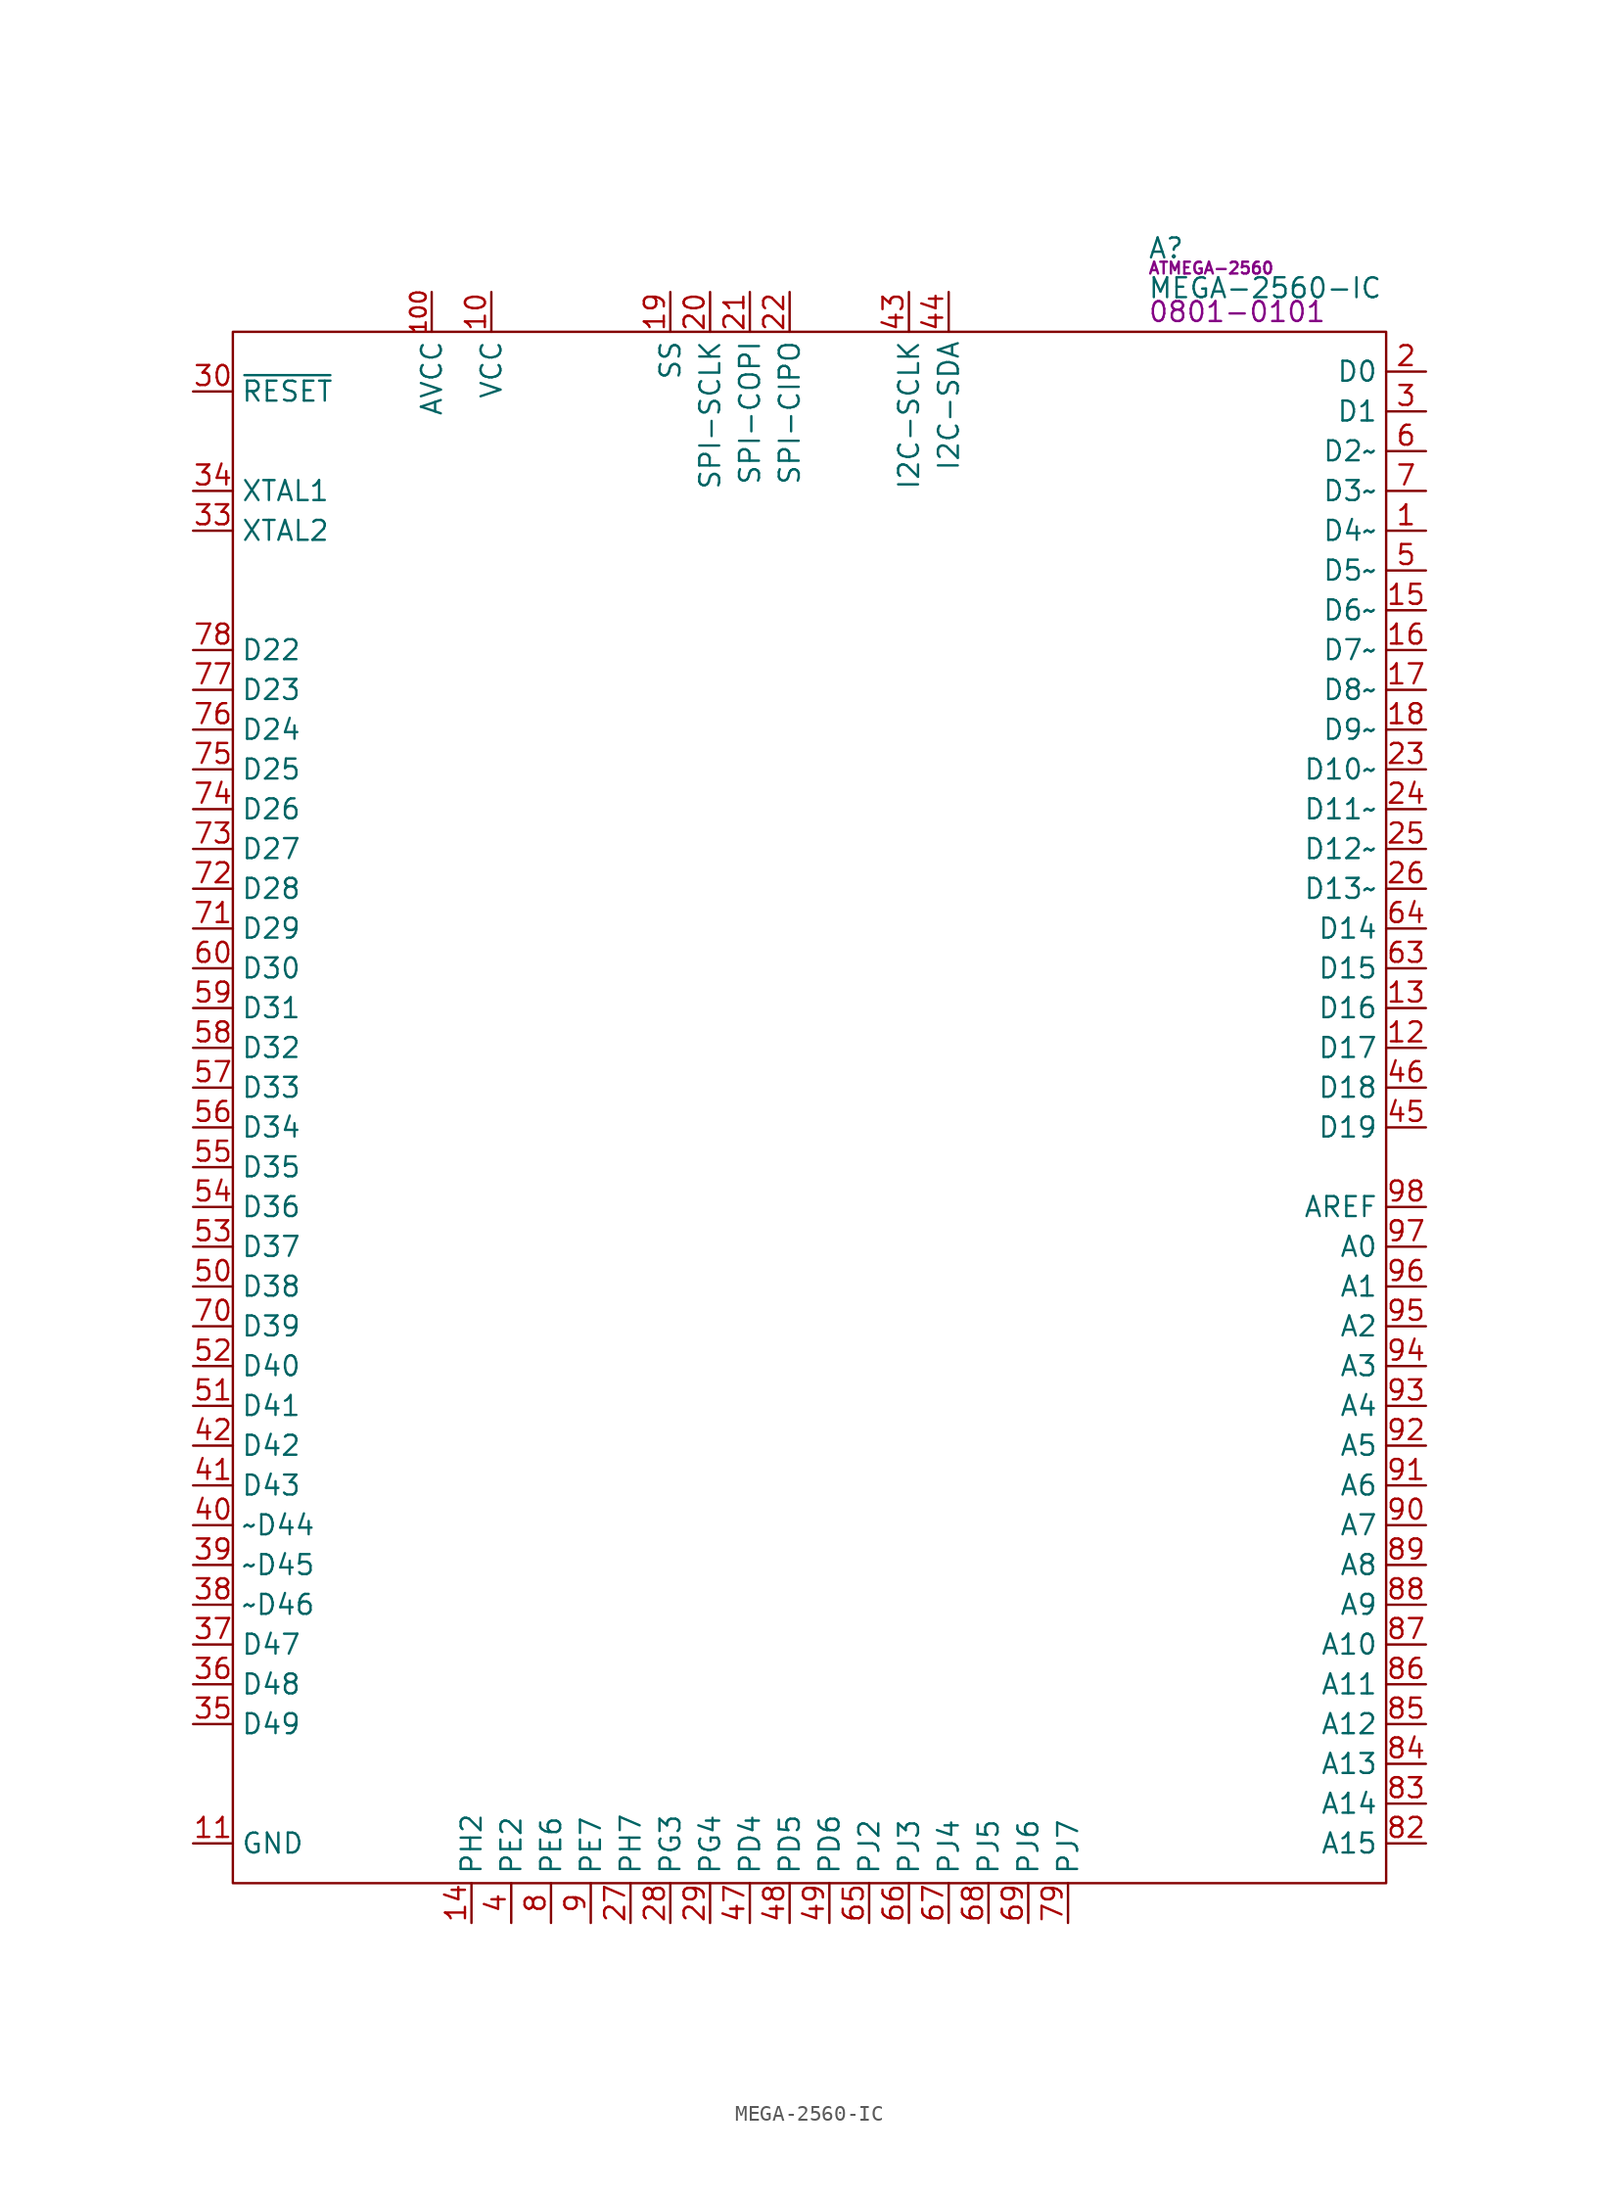
<source format=kicad_sym>
(kicad_symbol_lib
  (version 20220914)
  (generator kicad_symbol_editor)
  (symbol "MEGA-2560-IC"
    (property "Reference" "A"
      (at 58.42 5.334 0)
      (effects (font (size 1.27 1.27)) (justify left)))
    (property "Value" "MEGA-2560-IC"
      (at 58.42 2.794 0)
      (effects (font (size 1.27 1.27)) (justify left)))
    (property "IC" "ATMEGA-2560"
      (at 58.42 4.064 0)
      (effects (font (size 0.75 0.75)) (justify left)))
    (property "PartNumber" "0801-0101"
      (at 58.42 1.27 0)
      (effects (font (size 1.27 1.27)) (justify left)))
    (symbol "MEGA-2560-IC_0_0"
      (pin bidirectional line (at 76.2 -12.7 180) (length 2.54) (name "D4~" (effects (font (size 1.27 1.27)))) (number "1" (effects (font (size 1.27 1.27)))) (alternate "OC0B" bidirectional line) (alternate "PG5" bidirectional line))
      (pin power_in line (at 16.51 2.54 270) (length 2.54) (name "VCC" (effects (font (size 1.27 1.27)))) (number "10" (effects (font (size 1.27 1.27)))))
      (pin power_in line (at 12.7 2.54 270) (length 2.54) (name "AVCC" (effects (font (size 1.27 1.27)))) (number "100" (effects (font (size 1 1)))))
      (pin power_in line (at -2.54 -96.52 0) (length 2.54) (name "GND" (effects (font (size 1.27 1.27)))) (number "11" (effects (font (size 1.27 1.27)))))
      (pin bidirectional line (at 76.2 -45.72 180) (length 2.54) (name "D17" (effects (font (size 1.27 1.27)))) (number "12" (effects (font (size 1.27 1.27)))) (alternate "PH0" bidirectional line) (alternate "RXD2" bidirectional line))
      (pin bidirectional line (at 76.2 -43.18 180) (length 2.54) (name "D16" (effects (font (size 1.27 1.27)))) (number "13" (effects (font (size 1.27 1.27)))) (alternate "PH1" bidirectional line) (alternate "TXD2" bidirectional line))
      (pin bidirectional line (at 15.24 -101.6 90) (length 2.54) (name "PH2" (effects (font (size 1.27 1.27)))) (number "14" (effects (font (size 1.27 1.27)))) (alternate "NC" no_connect line) (alternate "XCK2" bidirectional line))
      (pin bidirectional line (at 76.2 -17.78 180) (length 2.54) (name "D6~" (effects (font (size 1.27 1.27)))) (number "15" (effects (font (size 1.27 1.27)))) (alternate "OC4A" bidirectional line) (alternate "PH3" bidirectional line))
      (pin bidirectional line (at 76.2 -20.32 180) (length 2.54) (name "D7~" (effects (font (size 1.27 1.27)))) (number "16" (effects (font (size 1.27 1.27)))) (alternate "OC4B" bidirectional line) (alternate "PH4" bidirectional line))
      (pin bidirectional line (at 76.2 -22.86 180) (length 2.54) (name "D8~" (effects (font (size 1.27 1.27)))) (number "17" (effects (font (size 1.27 1.27)))) (alternate "OC4C" bidirectional line) (alternate "PH5" bidirectional line))
      (pin bidirectional line (at 76.2 -25.4 180) (length 2.54) (name "D9~" (effects (font (size 1.27 1.27)))) (number "18" (effects (font (size 1.27 1.27)))) (alternate "OC2B" bidirectional line) (alternate "PH6" bidirectional line))
      (pin output line (at 27.94 2.54 270) (length 2.54) (name "SS" (effects (font (size 1.27 1.27)))) (number "19" (effects (font (size 1.27 1.27)))) (alternate "D53" bidirectional line) (alternate "PB0" bidirectional line) (alternate "PCINT0" input line))
      (pin bidirectional line (at 76.2 -2.54 180) (length 2.54) (name "D0" (effects (font (size 1.27 1.27)))) (number "2" (effects (font (size 1.27 1.27)))) (alternate "PCINT8" input line) (alternate "PE0" bidirectional line) (alternate "RXD0" input line))
      (pin output line (at 30.48 2.54 270) (length 2.54) (name "SPI-SCLK" (effects (font (size 1.27 1.27)))) (number "20" (effects (font (size 1.27 1.27)))) (alternate "D52" bidirectional line) (alternate "PB1" bidirectional line) (alternate "PCINT1" input line))
      (pin output line (at 33.02 2.54 270) (length 2.54) (name "SPI-COPI" (effects (font (size 1.27 1.27)))) (number "21" (effects (font (size 1.27 1.27)))) (alternate "D51" bidirectional line) (alternate "PB2" bidirectional line) (alternate "PCINT2" input line))
      (pin bidirectional line (at 35.56 2.54 270) (length 2.54) (name "SPI-CIPO" (effects (font (size 1.27 1.27)))) (number "22" (effects (font (size 1.27 1.27)))) (alternate "D50" bidirectional line) (alternate "PB3" bidirectional line) (alternate "PCINT3" bidirectional line))
      (pin bidirectional line (at 76.2 -27.94 180) (length 2.54) (name "D10~" (effects (font (size 1.27 1.27)))) (number "23" (effects (font (size 1.27 1.27)))) (alternate "OC2A" bidirectional line) (alternate "PB4" bidirectional line) (alternate "PCINT4" bidirectional line))
      (pin bidirectional line (at 76.2 -30.48 180) (length 2.54) (name "D11~" (effects (font (size 1.27 1.27)))) (number "24" (effects (font (size 1.27 1.27)))) (alternate "OC1A" bidirectional line) (alternate "PB5" bidirectional line) (alternate "PCINT5" bidirectional line))
      (pin bidirectional line (at 76.2 -33.02 180) (length 2.54) (name "D12~" (effects (font (size 1.27 1.27)))) (number "25" (effects (font (size 1.27 1.27)))) (alternate "OC1B" bidirectional line) (alternate "PB6" bidirectional line) (alternate "PCINT6" bidirectional line))
      (pin bidirectional line (at 76.2 -35.56 180) (length 2.54) (name "D13~" (effects (font (size 1.27 1.27)))) (number "26" (effects (font (size 1.27 1.27)))) (alternate "OC0A" bidirectional line) (alternate "OC1C" bidirectional line) (alternate "PB7" bidirectional line) (alternate "PCINT7" bidirectional line))
      (pin bidirectional line (at 25.4 -101.6 90) (length 2.54) (name "PH7" (effects (font (size 1.27 1.27)))) (number "27" (effects (font (size 1.27 1.27)))) (alternate "NC" no_connect line) (alternate "T4" unspecified line))
      (pin bidirectional line (at 27.94 -101.6 90) (length 2.54) (name "PG3" (effects (font (size 1.27 1.27)))) (number "28" (effects (font (size 1.27 1.27)))) (alternate "NC" no_connect line) (alternate "TOSC2" bidirectional line))
      (pin bidirectional line (at 30.48 -101.6 90) (length 2.54) (name "PG4" (effects (font (size 1.27 1.27)))) (number "29" (effects (font (size 1.27 1.27)))) (alternate "NC" no_connect line) (alternate "TOSC1" bidirectional line))
      (pin bidirectional line (at 76.2 -5.08 180) (length 2.54) (name "D1" (effects (font (size 1.27 1.27)))) (number "3" (effects (font (size 1.27 1.27)))) (alternate "PE1" bidirectional line) (alternate "TXD0" output line))
      (pin input line (at -2.54 -3.81 0) (length 2.54) (name "~{RESET}" (effects (font (size 1.27 1.27)))) (number "30" (effects (font (size 1.27 1.27)))))
      (pin power_in line (at 16.51 2.54 270) (length 2.54) hide (name "VCC" (effects (font (size 1.27 1.27)))) (number "31" (effects (font (size 1.27 1.27)))))
      (pin power_in line (at -2.54 -96.52 0) (length 2.54) hide (name "GND" (effects (font (size 1.27 1.27)))) (number "32" (effects (font (size 1.27 1.27)))))
      (pin input line (at -2.54 -12.7 0) (length 2.54) (name "XTAL2" (effects (font (size 1.27 1.27)))) (number "33" (effects (font (size 1.27 1.27)))))
      (pin input line (at -2.54 -10.16 0) (length 2.54) (name "XTAL1" (effects (font (size 1.27 1.27)))) (number "34" (effects (font (size 1.27 1.27)))))
      (pin bidirectional line (at -2.54 -88.9 0) (length 2.54) (name "D49" (effects (font (size 1.27 1.27)))) (number "35" (effects (font (size 1.27 1.27)))) (alternate "ICP4" bidirectional line) (alternate "PL0" bidirectional line))
      (pin bidirectional line (at -2.54 -86.36 0) (length 2.54) (name "D48" (effects (font (size 1.27 1.27)))) (number "36" (effects (font (size 1.27 1.27)))) (alternate "ICP5" bidirectional line) (alternate "PL1" bidirectional line))
      (pin bidirectional line (at -2.54 -83.82 0) (length 2.54) (name "D47" (effects (font (size 1.27 1.27)))) (number "37" (effects (font (size 1.27 1.27)))) (alternate "PL2" bidirectional line) (alternate "T5" bidirectional line))
      (pin bidirectional line (at -2.54 -81.28 0) (length 2.54) (name "~D46" (effects (font (size 1.27 1.27)))) (number "38" (effects (font (size 1.27 1.27)))) (alternate "OC5A" bidirectional line) (alternate "PL3" bidirectional line))
      (pin bidirectional line (at -2.54 -78.74 0) (length 2.54) (name "~D45" (effects (font (size 1.27 1.27)))) (number "39" (effects (font (size 1.27 1.27)))) (alternate "OC5B" bidirectional line) (alternate "PL4" bidirectional line))
      (pin bidirectional line (at 17.78 -101.6 90) (length 2.54) (name "PE2" (effects (font (size 1.27 1.27)))) (number "4" (effects (font (size 1.27 1.27)))) (alternate "AIN0" input line) (alternate "NC" no_connect line) (alternate "XCK0" input line))
      (pin bidirectional line (at -2.54 -76.2 0) (length 2.54) (name "~D44" (effects (font (size 1.27 1.27)))) (number "40" (effects (font (size 1.27 1.27)))) (alternate "OC5C" bidirectional line) (alternate "PL5" bidirectional line))
      (pin bidirectional line (at -2.54 -73.66 0) (length 2.54) (name "D43" (effects (font (size 1.27 1.27)))) (number "41" (effects (font (size 1.27 1.27)))) (alternate "PL6" bidirectional line))
      (pin bidirectional line (at -2.54 -71.12 0) (length 2.54) (name "D42" (effects (font (size 1.27 1.27)))) (number "42" (effects (font (size 1.27 1.27)))) (alternate "PL7" bidirectional line))
      (pin output line (at 43.18 2.54 270) (length 2.54) (name "I2C-SCLK" (effects (font (size 1.27 1.27)))) (number "43" (effects (font (size 1.27 1.27)))) (alternate "D21" bidirectional line) (alternate "PD0" bidirectional line))
      (pin bidirectional line (at 45.72 2.54 270) (length 2.54) (name "I2C-SDA" (effects (font (size 1.27 1.27)))) (number "44" (effects (font (size 1.27 1.27)))) (alternate "D20" bidirectional line) (alternate "PD1" bidirectional line))
      (pin bidirectional line (at 76.2 -50.8 180) (length 2.54) (name "D19" (effects (font (size 1.27 1.27)))) (number "45" (effects (font (size 1.27 1.27)))) (alternate "INT2" bidirectional line) (alternate "PD2" bidirectional line) (alternate "RXD1" bidirectional line))
      (pin bidirectional line (at 76.2 -48.26 180) (length 2.54) (name "D18" (effects (font (size 1.27 1.27)))) (number "46" (effects (font (size 1.27 1.27)))) (alternate "INT3" bidirectional line) (alternate "PD3" bidirectional line) (alternate "TXD1" bidirectional line))
      (pin bidirectional line (at 33.02 -101.6 90) (length 2.54) (name "PD4" (effects (font (size 1.27 1.27)))) (number "47" (effects (font (size 1.27 1.27)))) (alternate "ICP1" bidirectional line) (alternate "NC" no_connect line))
      (pin bidirectional line (at 35.56 -101.6 90) (length 2.54) (name "PD5" (effects (font (size 1.27 1.27)))) (number "48" (effects (font (size 1.27 1.27)))) (alternate "NC" no_connect line) (alternate "XCK1" input line))
      (pin bidirectional line (at 38.1 -101.6 90) (length 2.54) (name "PD6" (effects (font (size 1.27 1.27)))) (number "49" (effects (font (size 1.27 1.27)))) (alternate "NC" no_connect line) (alternate "T1" unspecified line))
      (pin bidirectional line (at 76.2 -15.24 180) (length 2.54) (name "D5~" (effects (font (size 1.27 1.27)))) (number "5" (effects (font (size 1.27 1.27)))) (alternate "AIN1" bidirectional line) (alternate "OC3A" bidirectional line) (alternate "PE3" bidirectional line))
      (pin bidirectional line (at -2.54 -60.96 0) (length 2.54) (name "D38" (effects (font (size 1.27 1.27)))) (number "50" (effects (font (size 1.27 1.27)))) (alternate "PD7" bidirectional line) (alternate "T0" bidirectional line))
      (pin bidirectional line (at -2.54 -68.58 0) (length 2.54) (name "D41" (effects (font (size 1.27 1.27)))) (number "51" (effects (font (size 1.27 1.27)))) (alternate "PG0" bidirectional line) (alternate "~{WR}" bidirectional line))
      (pin bidirectional line (at -2.54 -66.04 0) (length 2.54) (name "D40" (effects (font (size 1.27 1.27)))) (number "52" (effects (font (size 1.27 1.27)))) (alternate "PG1" bidirectional line) (alternate "~{RD}" bidirectional line))
      (pin bidirectional line (at -2.54 -58.42 0) (length 2.54) (name "D37" (effects (font (size 1.27 1.27)))) (number "53" (effects (font (size 1.27 1.27)))) (alternate "ADDR8" bidirectional line) (alternate "PC0" bidirectional line))
      (pin bidirectional line (at -2.54 -55.88 0) (length 2.54) (name "D36" (effects (font (size 1.27 1.27)))) (number "54" (effects (font (size 1.27 1.27)))) (alternate "ADDR9" bidirectional line) (alternate "PC1" bidirectional line))
      (pin bidirectional line (at -2.54 -53.34 0) (length 2.54) (name "D35" (effects (font (size 1.27 1.27)))) (number "55" (effects (font (size 1.27 1.27)))) (alternate "ADDR10" bidirectional line) (alternate "PC2" bidirectional line))
      (pin bidirectional line (at -2.54 -50.8 0) (length 2.54) (name "D34" (effects (font (size 1.27 1.27)))) (number "56" (effects (font (size 1.27 1.27)))) (alternate "ADDR11" bidirectional line) (alternate "PC3" bidirectional line))
      (pin bidirectional line (at -2.54 -48.26 0) (length 2.54) (name "D33" (effects (font (size 1.27 1.27)))) (number "57" (effects (font (size 1.27 1.27)))) (alternate "ADDR12" bidirectional line) (alternate "PC4" bidirectional line))
      (pin bidirectional line (at -2.54 -45.72 0) (length 2.54) (name "D32" (effects (font (size 1.27 1.27)))) (number "58" (effects (font (size 1.27 1.27)))) (alternate "ADDR13" bidirectional line) (alternate "PC5" bidirectional line))
      (pin bidirectional line (at -2.54 -43.18 0) (length 2.54) (name "D31" (effects (font (size 1.27 1.27)))) (number "59" (effects (font (size 1.27 1.27)))) (alternate "ADDR14" bidirectional line) (alternate "PC6" bidirectional line))
      (pin bidirectional line (at 76.2 -7.62 180) (length 2.54) (name "D2~" (effects (font (size 1.27 1.27)))) (number "6" (effects (font (size 1.27 1.27)))) (alternate "INT4" input line) (alternate "OC3B" bidirectional line) (alternate "PE4" bidirectional line))
      (pin bidirectional line (at -2.54 -40.64 0) (length 2.54) (name "D30" (effects (font (size 1.27 1.27)))) (number "60" (effects (font (size 1.27 1.27)))) (alternate "ADDR15" bidirectional line) (alternate "PC7" bidirectional line))
      (pin power_in line (at 16.51 2.54 270) (length 2.54) hide (name "VCC" (effects (font (size 1.27 1.27)))) (number "61" (effects (font (size 1.27 1.27)))))
      (pin power_in line (at -2.54 -96.52 0) (length 2.54) hide (name "GND" (effects (font (size 1.27 1.27)))) (number "62" (effects (font (size 1.27 1.27)))))
      (pin bidirectional line (at 76.2 -40.64 180) (length 2.54) (name "D15" (effects (font (size 1.27 1.27)))) (number "63" (effects (font (size 1.27 1.27)))) (alternate "PCINT9" bidirectional line) (alternate "PJ0" bidirectional line) (alternate "RXD3" bidirectional line))
      (pin bidirectional line (at 76.2 -38.1 180) (length 2.54) (name "D14" (effects (font (size 1.27 1.27)))) (number "64" (effects (font (size 1.27 1.27)))) (alternate "PCINT10" bidirectional line) (alternate "PJ1" bidirectional line) (alternate "TXD3" bidirectional line))
      (pin bidirectional line (at 40.64 -101.6 90) (length 2.54) (name "PJ2" (effects (font (size 1.27 1.27)))) (number "65" (effects (font (size 1.27 1.27)))) (alternate "NC" no_connect line) (alternate "PCINT11" input line) (alternate "XCK3" input line))
      (pin bidirectional line (at 43.18 -101.6 90) (length 2.54) (name "PJ3" (effects (font (size 1.27 1.27)))) (number "66" (effects (font (size 1.27 1.27)))) (alternate "NC" no_connect line) (alternate "PCINT12" input line))
      (pin bidirectional line (at 45.72 -101.6 90) (length 2.54) (name "PJ4" (effects (font (size 1.27 1.27)))) (number "67" (effects (font (size 1.27 1.27)))) (alternate "NC" no_connect line) (alternate "PCINT13" input line))
      (pin bidirectional line (at 48.26 -101.6 90) (length 2.54) (name "PJ5" (effects (font (size 1.27 1.27)))) (number "68" (effects (font (size 1.27 1.27)))) (alternate "NC" no_connect line) (alternate "PCINT14" input line))
      (pin bidirectional line (at 50.8 -101.6 90) (length 2.54) (name "PJ6" (effects (font (size 1.27 1.27)))) (number "69" (effects (font (size 1.27 1.27)))) (alternate "NC" no_connect line) (alternate "PCINT15" input line))
      (pin bidirectional line (at 76.2 -10.16 180) (length 2.54) (name "D3~" (effects (font (size 1.27 1.27)))) (number "7" (effects (font (size 1.27 1.27)))) (alternate "INT5" input line) (alternate "OC3C" bidirectional line) (alternate "PE5" bidirectional line))
      (pin bidirectional line (at -2.54 -63.5 0) (length 2.54) (name "D39" (effects (font (size 1.27 1.27)))) (number "70" (effects (font (size 1.27 1.27)))) (alternate "ALE" bidirectional line) (alternate "PG2" bidirectional line))
      (pin bidirectional line (at -2.54 -38.1 0) (length 2.54) (name "D29" (effects (font (size 1.27 1.27)))) (number "71" (effects (font (size 1.27 1.27)))) (alternate "ADDR7" bidirectional line) (alternate "PA7" bidirectional line))
      (pin bidirectional line (at -2.54 -35.56 0) (length 2.54) (name "D28" (effects (font (size 1.27 1.27)))) (number "72" (effects (font (size 1.27 1.27)))) (alternate "ADDR6" bidirectional line) (alternate "PA6" bidirectional line))
      (pin bidirectional line (at -2.54 -33.02 0) (length 2.54) (name "D27" (effects (font (size 1.27 1.27)))) (number "73" (effects (font (size 1.27 1.27)))) (alternate "ADDR5" bidirectional line) (alternate "PA5" bidirectional line))
      (pin bidirectional line (at -2.54 -30.48 0) (length 2.54) (name "D26" (effects (font (size 1.27 1.27)))) (number "74" (effects (font (size 1.27 1.27)))) (alternate "ADDR4" bidirectional line) (alternate "PA4" bidirectional line))
      (pin bidirectional line (at -2.54 -27.94 0) (length 2.54) (name "D25" (effects (font (size 1.27 1.27)))) (number "75" (effects (font (size 1.27 1.27)))) (alternate "ADDR3" bidirectional line) (alternate "PA3" bidirectional line))
      (pin bidirectional line (at -2.54 -25.4 0) (length 2.54) (name "D24" (effects (font (size 1.27 1.27)))) (number "76" (effects (font (size 1.27 1.27)))) (alternate "ADDR2" bidirectional line) (alternate "PA2" bidirectional line))
      (pin bidirectional line (at -2.54 -22.86 0) (length 2.54) (name "D23" (effects (font (size 1.27 1.27)))) (number "77" (effects (font (size 1.27 1.27)))) (alternate "ADDR1" bidirectional line) (alternate "PA1" bidirectional line))
      (pin bidirectional line (at -2.54 -20.32 0) (length 2.54) (name "D22" (effects (font (size 1.27 1.27)))) (number "78" (effects (font (size 1.27 1.27)))) (alternate "ADDR0" bidirectional line) (alternate "PA0" bidirectional line))
      (pin bidirectional line (at 53.34 -101.6 90) (length 2.54) (name "PJ7" (effects (font (size 1.27 1.27)))) (number "79" (effects (font (size 1.27 1.27)))) (alternate "NC" no_connect line))
      (pin bidirectional line (at 20.32 -101.6 90) (length 2.54) (name "PE6" (effects (font (size 1.27 1.27)))) (number "8" (effects (font (size 1.27 1.27)))) (alternate "INT6" input line) (alternate "NC" no_connect line) (alternate "T3" unspecified line))
      (pin power_in line (at 16.51 2.54 270) (length 2.54) hide (name "VCC" (effects (font (size 1.27 1.27)))) (number "80" (effects (font (size 1.27 1.27)))))
      (pin power_in line (at -2.54 -96.52 0) (length 2.54) hide (name "GND" (effects (font (size 1.27 1.27)))) (number "81" (effects (font (size 1.27 1.27)))))
      (pin bidirectional line (at 76.2 -96.52 180) (length 2.54) (name "A15" (effects (font (size 1.27 1.27)))) (number "82" (effects (font (size 1.27 1.27)))) (alternate "D69" bidirectional line) (alternate "PCINT23" bidirectional line) (alternate "PK7" bidirectional line))
      (pin bidirectional line (at 76.2 -93.98 180) (length 2.54) (name "A14" (effects (font (size 1.27 1.27)))) (number "83" (effects (font (size 1.27 1.27)))) (alternate "D68" bidirectional line) (alternate "PCINT22" bidirectional line) (alternate "PK6" bidirectional line))
      (pin bidirectional line (at 76.2 -91.44 180) (length 2.54) (name "A13" (effects (font (size 1.27 1.27)))) (number "84" (effects (font (size 1.27 1.27)))) (alternate "D67" bidirectional line) (alternate "PCINT21" bidirectional line) (alternate "PK5" bidirectional line))
      (pin bidirectional line (at 76.2 -88.9 180) (length 2.54) (name "A12" (effects (font (size 1.27 1.27)))) (number "85" (effects (font (size 1.27 1.27)))) (alternate "D66" bidirectional line) (alternate "PCINT20" bidirectional line) (alternate "PK4" bidirectional line))
      (pin bidirectional line (at 76.2 -86.36 180) (length 2.54) (name "A11" (effects (font (size 1.27 1.27)))) (number "86" (effects (font (size 1.27 1.27)))) (alternate "D65" bidirectional line) (alternate "PCINT19" bidirectional line) (alternate "PK3" bidirectional line))
      (pin bidirectional line (at 76.2 -83.82 180) (length 2.54) (name "A10" (effects (font (size 1.27 1.27)))) (number "87" (effects (font (size 1.27 1.27)))) (alternate "D64" bidirectional line) (alternate "PCINT18" bidirectional line) (alternate "PK2" bidirectional line))
      (pin bidirectional line (at 76.2 -81.28 180) (length 2.54) (name "A9" (effects (font (size 1.27 1.27)))) (number "88" (effects (font (size 1.27 1.27)))) (alternate "D63" bidirectional line) (alternate "PCINT17" bidirectional line) (alternate "PK1" bidirectional line))
      (pin bidirectional line (at 76.2 -78.74 180) (length 2.54) (name "A8" (effects (font (size 1.27 1.27)))) (number "89" (effects (font (size 1.27 1.27)))) (alternate "D62" bidirectional line) (alternate "PCINT16" bidirectional line) (alternate "PK0" bidirectional line))
      (pin bidirectional line (at 22.86 -101.6 90) (length 2.54) (name "PE7" (effects (font (size 1.27 1.27)))) (number "9" (effects (font (size 1.27 1.27)))) (alternate "CLKO" output line) (alternate "ICP3" input line) (alternate "INT7" input line) (alternate "NC" no_connect line))
      (pin bidirectional line (at 76.2 -76.2 180) (length 2.54) (name "A7" (effects (font (size 1.27 1.27)))) (number "90" (effects (font (size 1.27 1.27)))) (alternate "D61" bidirectional line) (alternate "PF7" bidirectional line) (alternate "TDI" bidirectional line))
      (pin bidirectional line (at 76.2 -73.66 180) (length 2.54) (name "A6" (effects (font (size 1.27 1.27)))) (number "91" (effects (font (size 1.27 1.27)))) (alternate "D60" bidirectional line) (alternate "PF6" bidirectional line) (alternate "TDO" bidirectional line))
      (pin bidirectional line (at 76.2 -71.12 180) (length 2.54) (name "A5" (effects (font (size 1.27 1.27)))) (number "92" (effects (font (size 1.27 1.27)))) (alternate "D59" bidirectional line) (alternate "PF5" bidirectional line) (alternate "TMS" bidirectional line))
      (pin bidirectional line (at 76.2 -68.58 180) (length 2.54) (name "A4" (effects (font (size 1.27 1.27)))) (number "93" (effects (font (size 1.27 1.27)))) (alternate "D58" bidirectional line) (alternate "PF4" bidirectional line) (alternate "TCK" bidirectional line))
      (pin bidirectional line (at 76.2 -66.04 180) (length 2.54) (name "A3" (effects (font (size 1.27 1.27)))) (number "94" (effects (font (size 1.27 1.27)))) (alternate "D57" bidirectional line) (alternate "PF3" bidirectional line))
      (pin bidirectional line (at 76.2 -63.5 180) (length 2.54) (name "A2" (effects (font (size 1.27 1.27)))) (number "95" (effects (font (size 1.27 1.27)))) (alternate "D56" bidirectional line) (alternate "PF2" bidirectional line))
      (pin bidirectional line (at 76.2 -60.96 180) (length 2.54) (name "A1" (effects (font (size 1.27 1.27)))) (number "96" (effects (font (size 1.27 1.27)))) (alternate "D55" bidirectional line) (alternate "PF1" bidirectional line))
      (pin bidirectional line (at 76.2 -58.42 180) (length 2.54) (name "A0" (effects (font (size 1.27 1.27)))) (number "97" (effects (font (size 1.27 1.27)))) (alternate "D54" bidirectional line) (alternate "PF0" bidirectional line))
      (pin input line (at 76.2 -55.88 180) (length 2.54) (name "AREF" (effects (font (size 1.27 1.27)))) (number "98" (effects (font (size 1.27 1.27)))))
      (pin power_in line (at -2.54 -96.52 0) (length 2.54) hide (name "GND" (effects (font (size 1.27 1.27)))) (number "99" (effects (font (size 1.27 1.27))))))
    (symbol "MEGA-2560-IC_0_1"
      (rectangle (start 0 0) (end 73.66 -99.06) (stroke (width 0) (type default)) (fill (type none))))))
</source>
